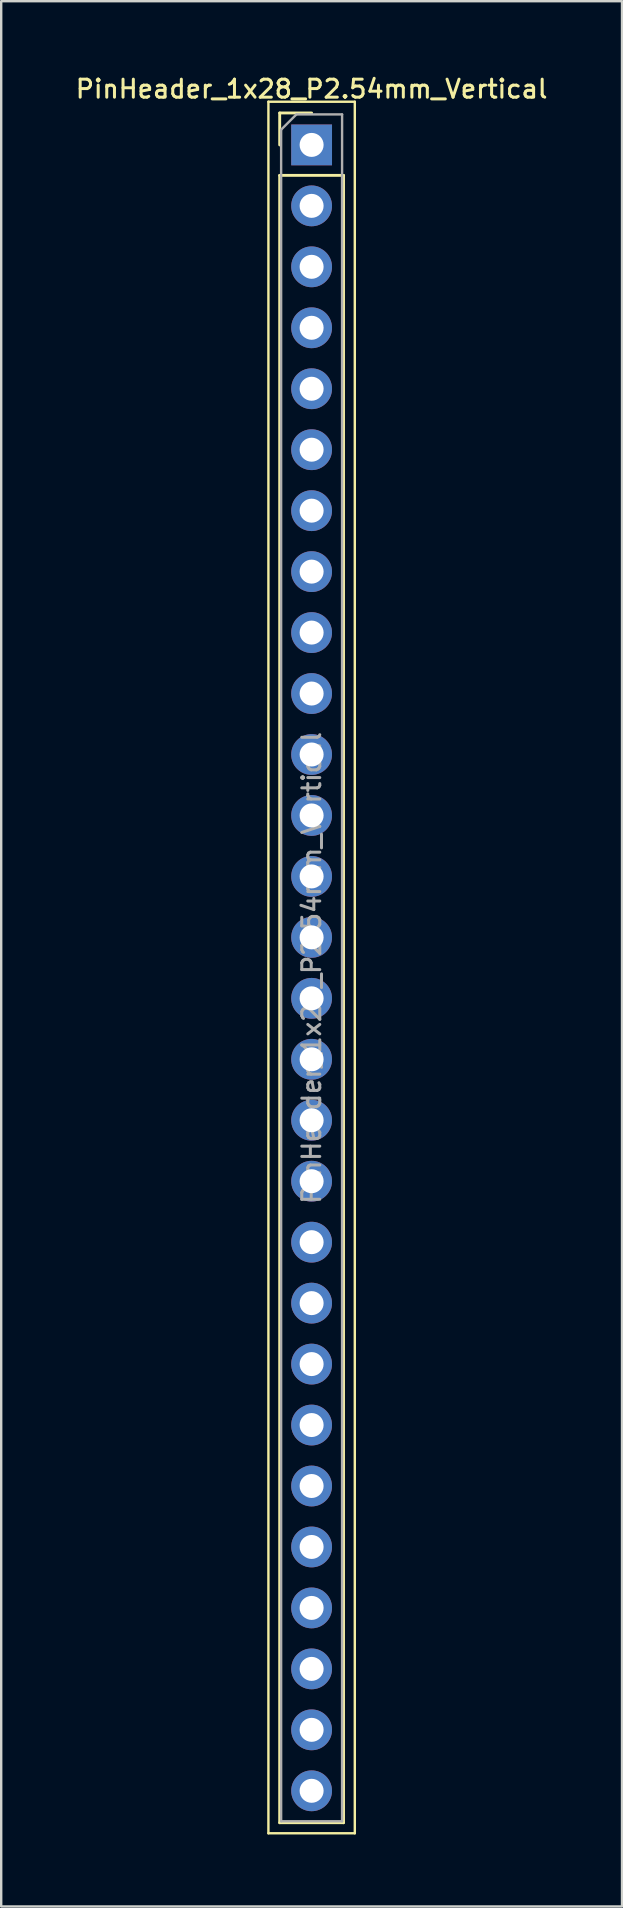
<source format=kicad_pcb>
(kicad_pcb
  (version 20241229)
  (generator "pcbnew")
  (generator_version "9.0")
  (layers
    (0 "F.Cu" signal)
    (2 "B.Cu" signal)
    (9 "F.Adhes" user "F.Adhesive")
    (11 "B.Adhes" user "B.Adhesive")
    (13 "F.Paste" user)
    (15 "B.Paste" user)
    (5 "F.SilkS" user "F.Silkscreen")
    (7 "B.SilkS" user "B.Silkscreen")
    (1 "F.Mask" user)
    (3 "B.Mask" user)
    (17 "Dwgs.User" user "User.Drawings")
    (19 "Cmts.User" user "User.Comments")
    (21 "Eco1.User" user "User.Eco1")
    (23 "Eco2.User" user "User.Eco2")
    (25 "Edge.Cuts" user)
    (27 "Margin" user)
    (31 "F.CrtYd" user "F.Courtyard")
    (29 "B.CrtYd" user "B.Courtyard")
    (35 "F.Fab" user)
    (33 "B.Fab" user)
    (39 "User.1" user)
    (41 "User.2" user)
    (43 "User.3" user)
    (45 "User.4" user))
  (footprint "PinHeader_1x28_P2.54mm_Vertical"
    (layer "F.Cu")
    (at 9.934 2.988)
    (property "Reference" "PinHeader_1x28_P2.54mm_Vertical" (at 0 -2.33 0) (layer "F.SilkS") (effects (font (size 0.75 0.75) (thickness 0.125))))
    (attr through_hole)
    (fp_line (start -1.8 -1.8) (end -1.8 70.35) (stroke (width 0.1) (type solid)) (layer "F.SilkS"))
    (fp_line (start -1.8 70.35) (end 1.8 70.35) (stroke (width 0.1) (type solid)) (layer "F.SilkS"))
    (fp_line (start -1.33 -1.33) (end 0 -1.33) (stroke (width 0.12) (type solid)) (layer "F.SilkS"))
    (fp_line (start -1.33 0) (end -1.33 -1.33) (stroke (width 0.12) (type solid)) (layer "F.SilkS"))
    (fp_line (start -1.33 1.27) (end -1.33 69.91) (stroke (width 0.12) (type solid)) (layer "F.SilkS"))
    (fp_line (start -1.33 1.27) (end 1.33 1.27) (stroke (width 0.12) (type solid)) (layer "F.SilkS"))
    (fp_line (start -1.33 69.91) (end 1.33 69.91) (stroke (width 0.12) (type solid)) (layer "F.SilkS"))
    (fp_line (start 1.33 1.27) (end 1.33 69.91) (stroke (width 0.12) (type solid)) (layer "F.SilkS"))
    (fp_line (start 1.8 -1.8) (end -1.8 -1.8) (stroke (width 0.1) (type solid)) (layer "F.SilkS"))
    (fp_line (start 1.8 70.35) (end 1.8 -1.8) (stroke (width 0.1) (type solid)) (layer "F.SilkS"))
    (fp_line (start -1.27 -0.635) (end -0.635 -1.27) (stroke (width 0.1) (type solid)) (layer "F.Fab"))
    (fp_line (start -1.27 69.85) (end -1.27 -0.635) (stroke (width 0.1) (type solid)) (layer "F.Fab"))
    (fp_line (start -0.635 -1.27) (end 1.27 -1.27) (stroke (width 0.1) (type solid)) (layer "F.Fab"))
    (fp_line (start 1.27 -1.27) (end 1.27 69.85) (stroke (width 0.1) (type solid)) (layer "F.Fab"))
    (fp_line (start 1.27 69.85) (end -1.27 69.85) (stroke (width 0.1) (type solid)) (layer "F.Fab"))
    (fp_text user "${REFERENCE}" (at 0 34.29 90) (layer "F.Fab") (effects (font (size 0.75 0.75) (thickness 0.125))))
    (pad "1" thru_hole rect (at 0 0) (size 1.7 1.7) (drill 1) (layers "*.Cu" "*.Mask"))
    (pad "2" thru_hole oval (at 0 2.54) (size 1.7 1.7) (drill 1) (layers "*.Cu" "*.Mask"))
    (pad "3" thru_hole oval (at 0 5.08) (size 1.7 1.7) (drill 1) (layers "*.Cu" "*.Mask"))
    (pad "4" thru_hole oval (at 0 7.62) (size 1.7 1.7) (drill 1) (layers "*.Cu" "*.Mask"))
    (pad "5" thru_hole oval (at 0 10.16) (size 1.7 1.7) (drill 1) (layers "*.Cu" "*.Mask"))
    (pad "6" thru_hole oval (at 0 12.7) (size 1.7 1.7) (drill 1) (layers "*.Cu" "*.Mask"))
    (pad "7" thru_hole oval (at 0 15.24) (size 1.7 1.7) (drill 1) (layers "*.Cu" "*.Mask"))
    (pad "8" thru_hole oval (at 0 17.78) (size 1.7 1.7) (drill 1) (layers "*.Cu" "*.Mask"))
    (pad "9" thru_hole oval (at 0 20.32) (size 1.7 1.7) (drill 1) (layers "*.Cu" "*.Mask"))
    (pad "10" thru_hole oval (at 0 22.86) (size 1.7 1.7) (drill 1) (layers "*.Cu" "*.Mask"))
    (pad "11" thru_hole oval (at 0 25.4) (size 1.7 1.7) (drill 1) (layers "*.Cu" "*.Mask"))
    (pad "12" thru_hole oval (at 0 27.94) (size 1.7 1.7) (drill 1) (layers "*.Cu" "*.Mask"))
    (pad "13" thru_hole oval (at 0 30.48) (size 1.7 1.7) (drill 1) (layers "*.Cu" "*.Mask"))
    (pad "14" thru_hole oval (at 0 33.02) (size 1.7 1.7) (drill 1) (layers "*.Cu" "*.Mask"))
    (pad "15" thru_hole oval (at 0 35.56) (size 1.7 1.7) (drill 1) (layers "*.Cu" "*.Mask"))
    (pad "16" thru_hole oval (at 0 38.1) (size 1.7 1.7) (drill 1) (layers "*.Cu" "*.Mask"))
    (pad "17" thru_hole oval (at 0 40.64) (size 1.7 1.7) (drill 1) (layers "*.Cu" "*.Mask"))
    (pad "18" thru_hole oval (at 0 43.18) (size 1.7 1.7) (drill 1) (layers "*.Cu" "*.Mask"))
    (pad "19" thru_hole oval (at 0 45.72) (size 1.7 1.7) (drill 1) (layers "*.Cu" "*.Mask"))
    (pad "20" thru_hole oval (at 0 48.26) (size 1.7 1.7) (drill 1) (layers "*.Cu" "*.Mask"))
    (pad "21" thru_hole oval (at 0 50.8) (size 1.7 1.7) (drill 1) (layers "*.Cu" "*.Mask"))
    (pad "22" thru_hole oval (at 0 53.34) (size 1.7 1.7) (drill 1) (layers "*.Cu" "*.Mask"))
    (pad "23" thru_hole oval (at 0 55.88) (size 1.7 1.7) (drill 1) (layers "*.Cu" "*.Mask"))
    (pad "24" thru_hole oval (at 0 58.42) (size 1.7 1.7) (drill 1) (layers "*.Cu" "*.Mask"))
    (pad "25" thru_hole oval (at 0 60.96) (size 1.7 1.7) (drill 1) (layers "*.Cu" "*.Mask"))
    (pad "26" thru_hole oval (at 0 63.5) (size 1.7 1.7) (drill 1) (layers "*.Cu" "*.Mask"))
    (pad "27" thru_hole oval (at 0 66.04) (size 1.7 1.7) (drill 1) (layers "*.Cu" "*.Mask"))
    (pad "28" thru_hole oval (at 0 68.58) (size 1.7 1.7) (drill 1) (layers "*.Cu" "*.Mask")))
  (gr_rect
    (start -3 -3)
    (end 22.868 76.388)
    (stroke (width 0.1) (type default))
    (fill no)
    (layer "Edge.Cuts")))
</source>
